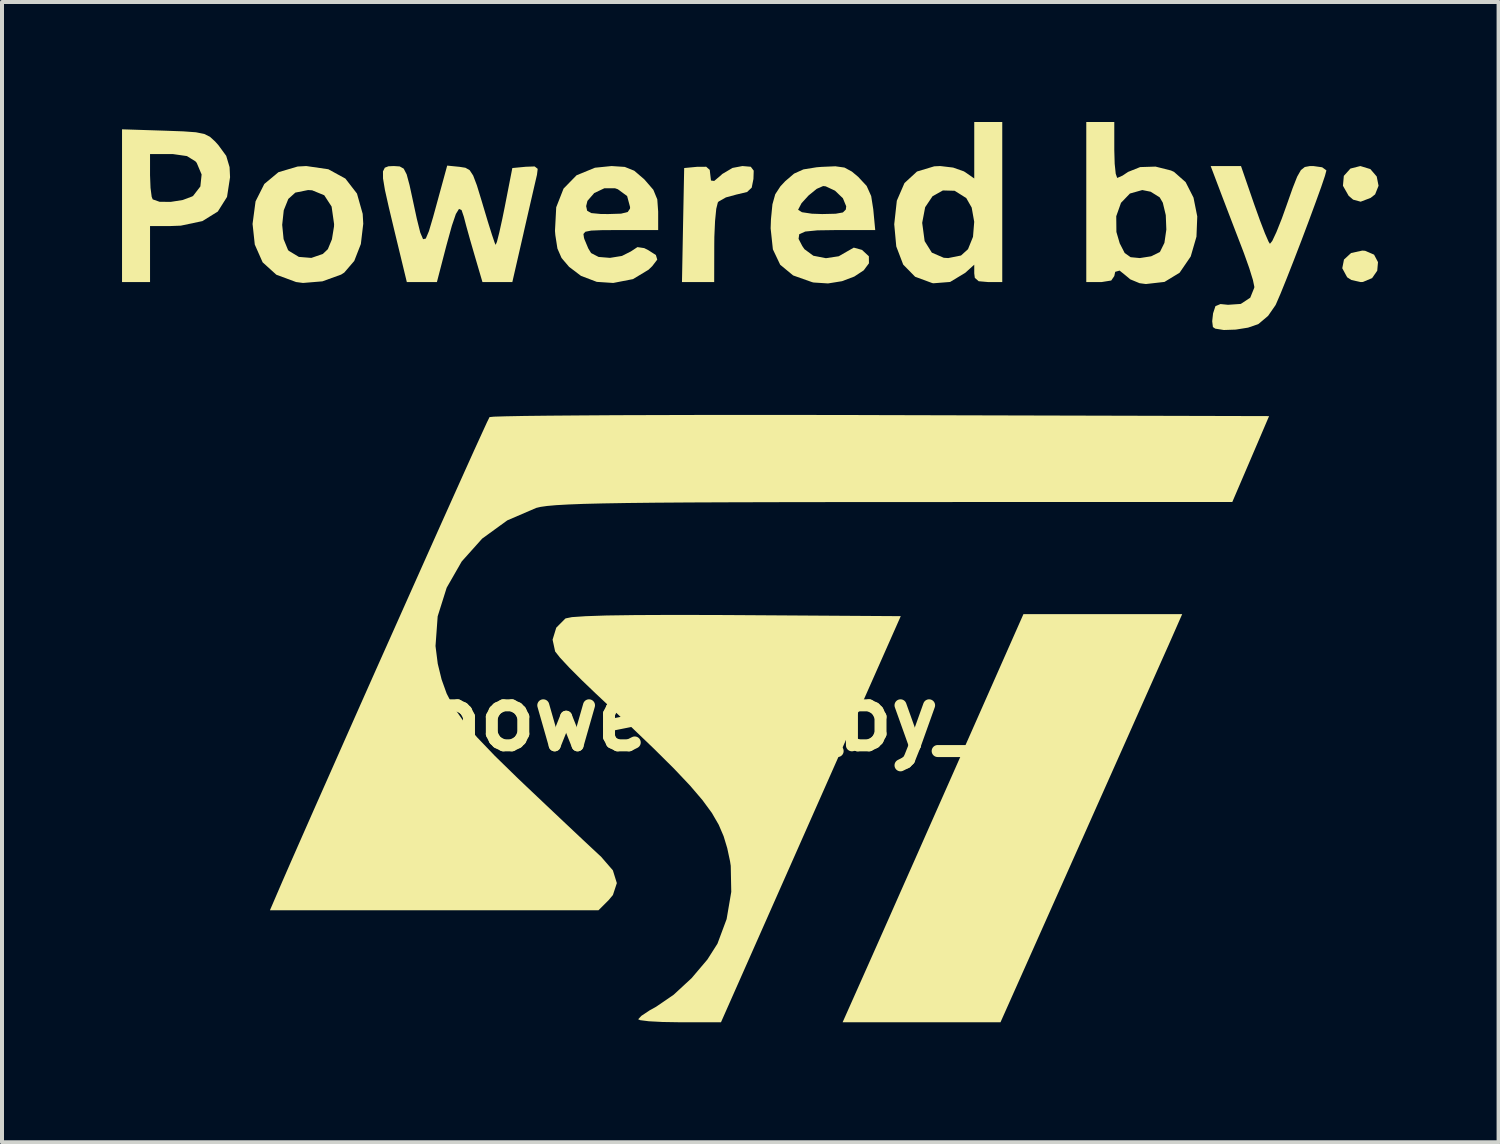
<source format=kicad_pcb>
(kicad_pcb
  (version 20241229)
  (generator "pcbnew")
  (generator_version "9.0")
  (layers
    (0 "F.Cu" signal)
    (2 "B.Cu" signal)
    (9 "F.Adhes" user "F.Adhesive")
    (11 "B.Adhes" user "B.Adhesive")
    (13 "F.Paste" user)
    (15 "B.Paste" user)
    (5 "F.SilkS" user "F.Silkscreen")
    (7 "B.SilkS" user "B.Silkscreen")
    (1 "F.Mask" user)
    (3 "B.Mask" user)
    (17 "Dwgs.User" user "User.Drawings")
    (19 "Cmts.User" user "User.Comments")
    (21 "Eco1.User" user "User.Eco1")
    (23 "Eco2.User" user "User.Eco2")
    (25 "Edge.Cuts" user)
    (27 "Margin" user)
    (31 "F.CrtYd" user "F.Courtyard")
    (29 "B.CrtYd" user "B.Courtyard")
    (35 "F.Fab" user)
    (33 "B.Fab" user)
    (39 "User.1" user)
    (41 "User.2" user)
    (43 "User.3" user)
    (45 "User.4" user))
  (footprint "powered_by_st"
    (layer "F.Cu")
    (at 15.6 14.9)
    (property "Reference" "powered_by_st" (at 0 0 0) (layer "F.SilkS") (effects (font (size 1.5 1.5) (thickness 0.3))))
    (attr board_only exclude_from_pos_files exclude_from_bom)
    (fp_poly (pts (xy 15.6 -13.724) (xy 15.759 -13.539) (xy 15.805 -13.307) (xy 15.719 -13.092) (xy 15.607 -13.004) (xy 15.358 -12.909) (xy 15.17 -12.96) (xy 15.057 -13.057) (xy 14.915 -13.307) (xy 14.937 -13.554) (xy 15.102 -13.737) (xy 15.35 -13.8)) (stroke (width 0) (type solid)) (fill yes) (layer "F.SilkS"))
    (fp_poly (pts (xy 15.469 -11.682) (xy 15.693 -11.585) (xy 15.791 -11.399) (xy 15.772 -11.184) (xy 15.644 -10.999) (xy 15.415 -10.903) (xy 15.358 -10.9) (xy 15.126 -10.952) (xy 15.02 -11.02) (xy 14.898 -11.246) (xy 14.941 -11.463) (xy 15.118 -11.626) (xy 15.397 -11.687)) (stroke (width 0) (type solid)) (fill yes) (layer "F.SilkS"))
    (fp_poly (pts (xy 10.644 -2.025) (xy 10.553 -1.819) (xy 10.389 -1.452) (xy 10.162 -0.942) (xy 9.881 -0.311) (xy 9.556 0.421) (xy 9.194 1.233) (xy 8.805 2.106) (xy 8.399 3.018) (xy 8.373 3.075) (xy 6.356 7.6) (xy 4.383 7.6) (xy 2.41 7.6) (xy 2.911 6.475) (xy 3.061 6.138) (xy 3.281 5.643) (xy 3.558 5.019) (xy 3.88 4.29) (xy 4.238 3.484) (xy 4.617 2.626) (xy 5.008 1.743) (xy 5.171 1.375) (xy 6.929 -2.6) (xy 8.913 -2.6) (xy 10.897 -2.6)) (stroke (width 0) (type solid)) (fill yes) (layer "F.SilkS"))
    (fp_poly (pts (xy 0.115 -13.782) (xy 0.188 -13.685) (xy 0.181 -13.476) (xy 0.138 -13.26) (xy 0.022 -13.151) (xy -0.229 -13.091) (xy -0.235 -13.09) (xy -0.507 -13.016) (xy -0.689 -12.913) (xy -0.709 -12.889) (xy -0.748 -12.732) (xy -0.778 -12.428) (xy -0.796 -12.031) (xy -0.798 -11.825) (xy -0.8 -10.9) (xy -1.203 -10.9) (xy -1.605 -10.9) (xy -1.578 -12.325) (xy -1.55 -13.75) (xy -1.225 -13.781) (xy -0.999 -13.782) (xy -0.911 -13.704) (xy -0.9 -13.606) (xy -0.88 -13.438) (xy -0.8 -13.427) (xy -0.628 -13.572) (xy -0.6 -13.6) (xy -0.342 -13.753) (xy -0.094 -13.8)) (stroke (width 0) (type solid)) (fill yes) (layer "F.SilkS"))
    (fp_poly (pts (xy -14.542 -14.684) (xy -14.07 -14.667) (xy -13.753 -14.644) (xy -13.545 -14.602) (xy -13.402 -14.531) (xy -13.276 -14.416) (xy -13.192 -14.323) (xy -12.996 -14.055) (xy -12.912 -13.772) (xy -12.9 -13.521) (xy -12.976 -13.028) (xy -13.206 -12.663) (xy -13.591 -12.424) (xy -14.131 -12.31) (xy -14.397 -12.3) (xy -14.9 -12.3) (xy -14.9 -11.6) (xy -14.9 -10.9) (xy -15.25 -10.9) (xy -15.6 -10.9) (xy -15.6 -12.809) (xy -15.6 -14.1) (xy -14.9 -14.1) (xy -14.9 -13.567) (xy -14.888 -13.255) (xy -14.859 -13.032) (xy -14.833 -12.967) (xy -14.662 -12.907) (xy -14.384 -12.904) (xy -14.084 -12.951) (xy -13.844 -13.041) (xy -13.822 -13.056) (xy -13.642 -13.29) (xy -13.611 -13.589) (xy -13.734 -13.88) (xy -13.765 -13.917) (xy -13.978 -14.049) (xy -14.327 -14.099) (xy -14.415 -14.1) (xy -14.9 -14.1) (xy -15.6 -14.1) (xy -15.6 -14.718)) (stroke (width 0) (type solid)) (fill yes) (layer "F.SilkS"))
    (fp_poly (pts (xy -10.444 -13.72) (xy -10.018 -13.487) (xy -9.728 -13.112) (xy -9.585 -12.605) (xy -9.571 -12.358) (xy -9.631 -11.851) (xy -9.796 -11.428) (xy -10.046 -11.137) (xy -10.124 -11.087) (xy -10.592 -10.918) (xy -11.077 -10.878) (xy -11.25 -10.901) (xy -11.744 -11.084) (xy -12.086 -11.394) (xy -12.282 -11.837) (xy -12.335 -12.33) (xy -11.597 -12.33) (xy -11.562 -11.973) (xy -11.453 -11.706) (xy -11.435 -11.683) (xy -11.18 -11.529) (xy -10.868 -11.504) (xy -10.581 -11.603) (xy -10.456 -11.722) (xy -10.354 -11.968) (xy -10.302 -12.289) (xy -10.3 -12.35) (xy -10.362 -12.787) (xy -10.546 -13.07) (xy -10.849 -13.194) (xy -10.95 -13.2) (xy -11.269 -13.136) (xy -11.444 -12.978) (xy -11.558 -12.694) (xy -11.597 -12.33) (xy -12.335 -12.33) (xy -12.338 -12.35) (xy -12.263 -12.917) (xy -12.044 -13.352) (xy -11.691 -13.646) (xy -11.212 -13.788) (xy -10.995 -13.8)) (stroke (width 0) (type solid)) (fill yes) (layer "F.SilkS"))
    (fp_poly (pts (xy -0.758 -2.579) (xy -0.223 -2.576) (xy 3.863 -2.55) (xy 1.616 2.525) (xy -0.63 7.6) (xy -1.665 7.6) (xy -2.093 7.593) (xy -2.434 7.575) (xy -2.648 7.548) (xy -2.7 7.525) (xy -2.619 7.439) (xy -2.413 7.302) (xy -2.251 7.212) (xy -1.814 6.913) (xy -1.365 6.498) (xy -0.97 6.032) (xy -0.718 5.636) (xy -0.489 5.021) (xy -0.373 4.341) (xy -0.386 3.69) (xy -0.404 3.573) (xy -0.474 3.247) (xy -0.564 2.95) (xy -0.687 2.663) (xy -0.858 2.368) (xy -1.092 2.049) (xy -1.402 1.686) (xy -1.803 1.262) (xy -2.309 0.76) (xy -2.934 0.161) (xy -3.693 -0.553) (xy -3.75 -0.606) (xy -4.11 -0.951) (xy -4.424 -1.266) (xy -4.657 -1.517) (xy -4.775 -1.667) (xy -4.839 -1.962) (xy -4.747 -2.262) (xy -4.525 -2.486) (xy -4.509 -2.495) (xy -4.355 -2.526) (xy -4.016 -2.549) (xy -3.489 -2.567) (xy -2.773 -2.577) (xy -1.863 -2.581)) (stroke (width 0) (type solid)) (fill yes) (layer "F.SilkS"))
    (fp_poly (pts (xy 6.4 -12.9) (xy 6.4 -10.9) (xy 6.05 -10.9) (xy 5.811 -10.921) (xy 5.714 -11.006) (xy 5.7 -11.117) (xy 5.7 -11.335) (xy 5.475 -11.131) (xy 5.097 -10.903) (xy 4.68 -10.87) (xy 4.65 -10.875) (xy 4.222 -11.033) (xy 3.924 -11.337) (xy 3.751 -11.791) (xy 3.7 -12.345) (xy 3.703 -12.372) (xy 4.4 -12.372) (xy 4.46 -11.924) (xy 4.64 -11.636) (xy 4.938 -11.507) (xy 5.05 -11.5) (xy 5.369 -11.564) (xy 5.544 -11.722) (xy 5.669 -12.031) (xy 5.699 -12.406) (xy 5.636 -12.762) (xy 5.5 -13) (xy 5.209 -13.182) (xy 4.916 -13.19) (xy 4.658 -13.046) (xy 4.473 -12.771) (xy 4.4 -12.387) (xy 4.4 -12.372) (xy 3.703 -12.372) (xy 3.765 -12.934) (xy 3.956 -13.375) (xy 4.269 -13.663) (xy 4.7 -13.793) (xy 4.85 -13.8) (xy 5.171 -13.762) (xy 5.441 -13.667) (xy 5.478 -13.644) (xy 5.7 -13.489) (xy 5.7 -14.194) (xy 5.7 -14.9) (xy 6.05 -14.9) (xy 6.4 -14.9)) (stroke (width 0) (type solid)) (fill yes) (layer "F.SilkS"))
    (fp_poly (pts (xy 9.2 -14.2) (xy 9.21 -13.856) (xy 9.236 -13.607) (xy 9.272 -13.504) (xy 9.275 -13.503) (xy 9.405 -13.56) (xy 9.544 -13.653) (xy 9.846 -13.774) (xy 10.231 -13.786) (xy 10.617 -13.689) (xy 10.693 -13.654) (xy 10.983 -13.398) (xy 11.18 -13.011) (xy 11.274 -12.54) (xy 11.254 -12.035) (xy 11.112 -11.546) (xy 11.106 -11.533) (xy 10.832 -11.133) (xy 10.455 -10.904) (xy 9.99 -10.851) (xy 9.832 -10.872) (xy 9.6 -10.968) (xy 9.495 -11.056) (xy 9.333 -11.187) (xy 9.223 -11.156) (xy 9.2 -11.05) (xy 9.124 -10.939) (xy 8.882 -10.9) (xy 8.85 -10.9) (xy 8.5 -10.9) (xy 8.5 -12.546) (xy 9.249 -12.546) (xy 9.253 -12.152) (xy 9.336 -11.868) (xy 9.46 -11.626) (xy 9.608 -11.522) (xy 9.838 -11.5) (xy 10.121 -11.544) (xy 10.335 -11.649) (xy 10.343 -11.657) (xy 10.453 -11.88) (xy 10.501 -12.212) (xy 10.487 -12.573) (xy 10.413 -12.883) (xy 10.335 -13.017) (xy 10.11 -13.158) (xy 9.9 -13.2) (xy 9.591 -13.113) (xy 9.368 -12.881) (xy 9.249 -12.546) (xy 8.5 -12.546) (xy 8.5 -12.9) (xy 8.5 -14.9) (xy 8.85 -14.9) (xy 9.2 -14.9)) (stroke (width 0) (type solid)) (fill yes) (layer "F.SilkS"))
    (fp_poly (pts (xy 12.695 -12.849) (xy 12.84 -12.444) (xy 12.966 -12.116) (xy 13.057 -11.908) (xy 13.09 -11.856) (xy 13.148 -11.927) (xy 13.253 -12.15) (xy 13.388 -12.489) (xy 13.502 -12.807) (xy 13.658 -13.249) (xy 13.771 -13.535) (xy 13.865 -13.7) (xy 13.962 -13.776) (xy 14.085 -13.799) (xy 14.174 -13.8) (xy 14.395 -13.769) (xy 14.499 -13.694) (xy 14.5 -13.685) (xy 14.466 -13.556) (xy 14.372 -13.278) (xy 14.232 -12.89) (xy 14.062 -12.429) (xy 13.875 -11.932) (xy 13.685 -11.439) (xy 13.507 -10.986) (xy 13.355 -10.61) (xy 13.243 -10.351) (xy 13.231 -10.325) (xy 13.044 -10.055) (xy 12.806 -9.854) (xy 12.791 -9.846) (xy 12.543 -9.761) (xy 12.235 -9.712) (xy 11.938 -9.702) (xy 11.723 -9.736) (xy 11.665 -9.776) (xy 11.647 -9.921) (xy 11.669 -10.118) (xy 11.728 -10.298) (xy 11.854 -10.351) (xy 12.043 -10.332) (xy 12.362 -10.354) (xy 12.598 -10.509) (xy 12.699 -10.76) (xy 12.7 -10.784) (xy 12.665 -10.952) (xy 12.573 -11.25) (xy 12.44 -11.623) (xy 12.391 -11.752) (xy 12.209 -12.225) (xy 12.018 -12.723) (xy 11.857 -13.145) (xy 11.846 -13.175) (xy 11.609 -13.8) (xy 11.988 -13.8) (xy 12.367 -13.8)) (stroke (width 0) (type solid)) (fill yes) (layer "F.SilkS"))
    (fp_poly (pts (xy -3.034 -13.778) (xy -2.798 -13.683) (xy -2.553 -13.473) (xy -2.54 -13.46) (xy -2.321 -13.207) (xy -2.222 -12.967) (xy -2.2 -12.66) (xy -2.2 -12.2) (xy -3.157 -12.2) (xy -3.598 -12.198) (xy -3.874 -12.187) (xy -4.019 -12.158) (xy -4.068 -12.102) (xy -4.055 -12.011) (xy -4.045 -11.975) (xy -3.947 -11.741) (xy -3.876 -11.625) (xy -3.689 -11.528) (xy -3.404 -11.505) (xy -3.106 -11.553) (xy -2.882 -11.666) (xy -2.718 -11.774) (xy -2.549 -11.749) (xy -2.449 -11.699) (xy -2.257 -11.576) (xy -2.223 -11.461) (xy -2.348 -11.298) (xy -2.44 -11.209) (xy -2.829 -10.974) (xy -3.323 -10.878) (xy -3.734 -10.905) (xy -4.129 -11.055) (xy -4.427 -11.281) (xy -4.615 -11.502) (xy -4.718 -11.738) (xy -4.77 -12.072) (xy -4.779 -12.179) (xy -4.748 -12.77) (xy -4.737 -12.798) (xy -4 -12.798) (xy -3.975 -12.683) (xy -3.87 -12.624) (xy -3.638 -12.602) (xy -3.45 -12.6) (xy -3.128 -12.61) (xy -2.961 -12.651) (xy -2.904 -12.736) (xy -2.902 -12.775) (xy -2.976 -13.05) (xy -3.208 -13.22) (xy -3.28 -13.245) (xy -3.544 -13.245) (xy -3.798 -13.125) (xy -3.968 -12.929) (xy -4 -12.798) (xy -4.737 -12.798) (xy -4.565 -13.236) (xy -4.24 -13.569) (xy -3.78 -13.758) (xy -3.365 -13.8)) (stroke (width 0) (type solid)) (fill yes) (layer "F.SilkS"))
    (fp_poly (pts (xy -7.162 -13.78) (xy -7.017 -13.757) (xy -6.912 -13.697) (xy -6.824 -13.563) (xy -6.731 -13.318) (xy -6.611 -12.926) (xy -6.576 -12.808) (xy -6.455 -12.404) (xy -6.353 -12.079) (xy -6.284 -11.876) (xy -6.263 -11.83) (xy -6.23 -11.905) (xy -6.171 -12.138) (xy -6.094 -12.487) (xy -6.036 -12.772) (xy -5.845 -13.75) (xy -5.51 -13.782) (xy -5.287 -13.79) (xy -5.211 -13.73) (xy -5.229 -13.582) (xy -5.272 -13.398) (xy -5.349 -13.064) (xy -5.449 -12.63) (xy -5.561 -12.141) (xy -5.564 -12.125) (xy -5.845 -10.9) (xy -6.218 -10.9) (xy -6.592 -10.9) (xy -6.79 -11.575) (xy -6.902 -11.962) (xy -6.999 -12.31) (xy -7.057 -12.532) (xy -7.114 -12.7) (xy -7.178 -12.728) (xy -7.256 -12.602) (xy -7.356 -12.309) (xy -7.487 -11.835) (xy -7.503 -11.775) (xy -7.73 -10.9) (xy -8.106 -10.9) (xy -8.482 -10.9) (xy -8.791 -12.178) (xy -8.933 -12.773) (xy -9.029 -13.201) (xy -9.077 -13.49) (xy -9.078 -13.667) (xy -9.032 -13.759) (xy -8.941 -13.794) (xy -8.807 -13.8) (xy -8.659 -13.79) (xy -8.56 -13.735) (xy -8.486 -13.592) (xy -8.414 -13.324) (xy -8.349 -13.025) (xy -8.233 -12.486) (xy -8.146 -12.137) (xy -8.076 -11.972) (xy -8.008 -11.987) (xy -7.929 -12.174) (xy -7.824 -12.529) (xy -7.754 -12.784) (xy -7.473 -13.811)) (stroke (width 0) (type solid)) (fill yes) (layer "F.SilkS"))
    (fp_poly (pts (xy 2.456 -13.762) (xy 2.641 -13.662) (xy 2.799 -13.53) (xy 3.011 -13.302) (xy 3.124 -13.05) (xy 3.176 -12.719) (xy 3.225 -12.2) (xy 2.263 -12.2) (xy 1.781 -12.193) (xy 1.476 -12.163) (xy 1.326 -12.096) (xy 1.309 -11.98) (xy 1.402 -11.801) (xy 1.456 -11.722) (xy 1.679 -11.558) (xy 1.993 -11.497) (xy 2.313 -11.545) (xy 2.509 -11.658) (xy 2.689 -11.761) (xy 2.891 -11.705) (xy 2.898 -11.701) (xy 3.066 -11.545) (xy 3.068 -11.369) (xy 2.937 -11.193) (xy 2.702 -11.038) (xy 2.395 -10.922) (xy 2.046 -10.866) (xy 1.686 -10.889) (xy 1.65 -10.897) (xy 1.173 -11.066) (xy 0.85 -11.333) (xy 0.667 -11.718) (xy 0.611 -12.243) (xy 0.619 -12.469) (xy 0.642 -12.705) (xy 1.3 -12.705) (xy 1.393 -12.646) (xy 1.641 -12.609) (xy 1.9 -12.6) (xy 2.236 -12.608) (xy 2.417 -12.64) (xy 2.49 -12.713) (xy 2.5 -12.794) (xy 2.417 -12.995) (xy 2.22 -13.184) (xy 1.987 -13.293) (xy 1.923 -13.3) (xy 1.763 -13.23) (xy 1.56 -13.065) (xy 1.383 -12.871) (xy 1.3 -12.713) (xy 1.3 -12.705) (xy 0.642 -12.705) (xy 0.656 -12.844) (xy 0.726 -13.095) (xy 0.857 -13.295) (xy 0.975 -13.421) (xy 1.197 -13.611) (xy 1.43 -13.716) (xy 1.758 -13.769) (xy 1.881 -13.779) (xy 2.228 -13.794)) (stroke (width 0) (type solid)) (fill yes) (layer "F.SilkS"))
    (fp_poly (pts (xy 1.406 -7.579) (xy 2.759 -7.577) (xy 3.365 -7.575) (xy 13.069 -7.55) (xy 12.61 -6.477) (xy 12.15 -5.404) (xy 3.691 -5.402) (xy 2.152 -5.401) (xy 0.802 -5.399) (xy -0.374 -5.396) (xy -1.388 -5.392) (xy -2.251 -5.386) (xy -2.976 -5.378) (xy -3.577 -5.368) (xy -4.065 -5.356) (xy -4.452 -5.341) (xy -4.752 -5.324) (xy -4.977 -5.304) (xy -5.139 -5.281) (xy -5.246 -5.256) (xy -5.971 -4.944) (xy -6.599 -4.488) (xy -7.11 -3.917) (xy -7.486 -3.261) (xy -7.711 -2.546) (xy -7.765 -1.803) (xy -7.709 -1.36) (xy -7.613 -0.968) (xy -7.486 -0.614) (xy -7.309 -0.273) (xy -7.061 0.082) (xy -6.725 0.479) (xy -6.281 0.943) (xy -5.709 1.501) (xy -5.502 1.698) (xy -5.02 2.154) (xy -4.568 2.581) (xy -4.172 2.954) (xy -3.86 3.246) (xy -3.659 3.433) (xy -3.629 3.46) (xy -3.332 3.803) (xy -3.233 4.122) (xy -3.331 4.42) (xy -3.436 4.545) (xy -3.691 4.8) (xy -7.797 4.8) (xy -11.903 4.8) (xy -11.763 4.475) (xy -11.601 4.099) (xy -11.379 3.59) (xy -11.105 2.968) (xy -10.789 2.251) (xy -10.437 1.457) (xy -10.059 0.604) (xy -9.663 -0.289) (xy -9.256 -1.205) (xy -8.846 -2.123) (xy -8.443 -3.027) (xy -8.054 -3.898) (xy -7.688 -4.717) (xy -7.352 -5.466) (xy -7.055 -6.127) (xy -6.805 -6.682) (xy -6.609 -7.111) (xy -6.478 -7.397) (xy -6.417 -7.521) (xy -6.415 -7.525) (xy -6.306 -7.536) (xy -6.011 -7.545) (xy -5.544 -7.554) (xy -4.918 -7.561) (xy -4.146 -7.567) (xy -3.244 -7.573) (xy -2.223 -7.576) (xy -1.099 -7.579) (xy 0.115 -7.58)) (stroke (width 0) (type solid)) (fill yes) (layer "F.SilkS")))
  (gr_rect
    (start -3 -3)
    (end 34.405 25.5)
    (stroke (width 0.1) (type default))
    (fill no)
    (layer "Edge.Cuts")))
</source>
